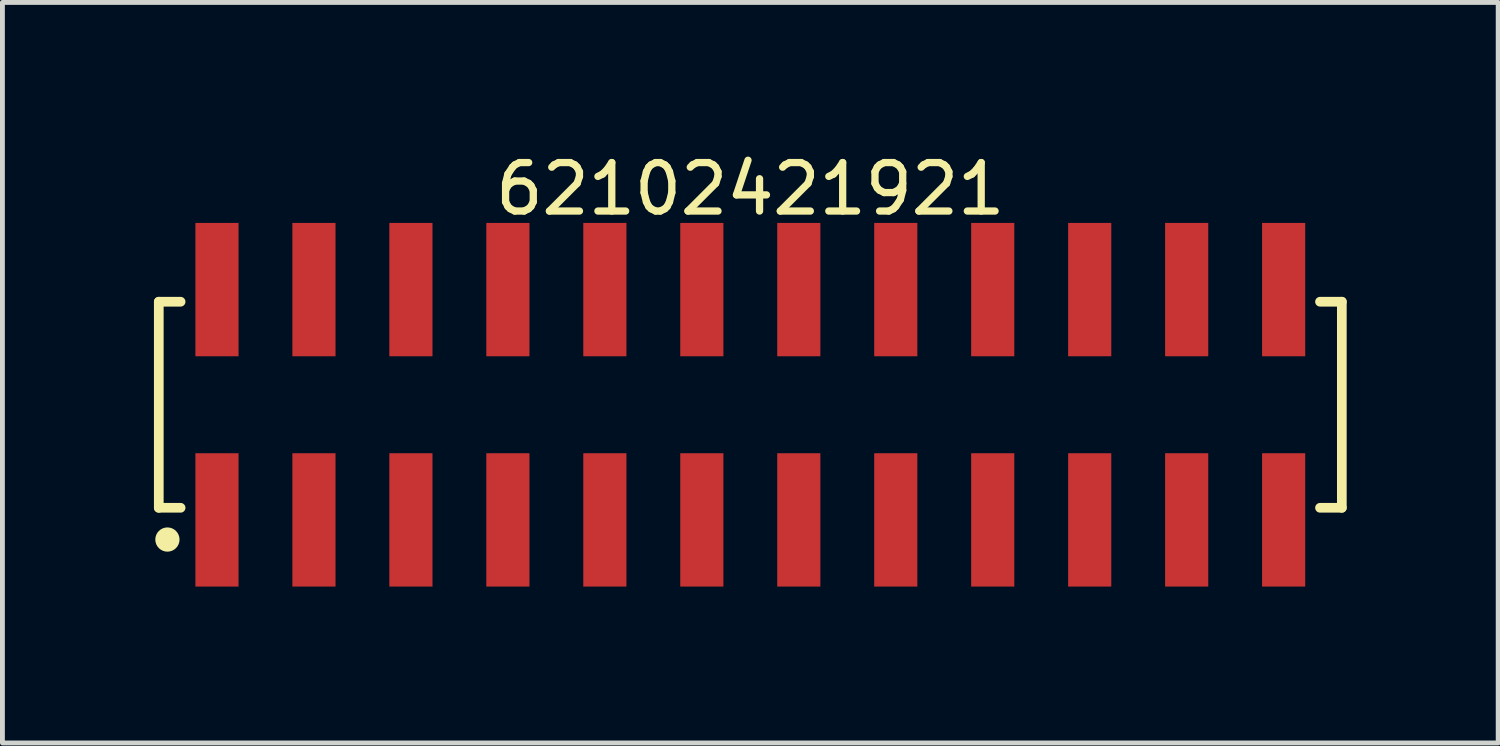
<source format=kicad_pcb>
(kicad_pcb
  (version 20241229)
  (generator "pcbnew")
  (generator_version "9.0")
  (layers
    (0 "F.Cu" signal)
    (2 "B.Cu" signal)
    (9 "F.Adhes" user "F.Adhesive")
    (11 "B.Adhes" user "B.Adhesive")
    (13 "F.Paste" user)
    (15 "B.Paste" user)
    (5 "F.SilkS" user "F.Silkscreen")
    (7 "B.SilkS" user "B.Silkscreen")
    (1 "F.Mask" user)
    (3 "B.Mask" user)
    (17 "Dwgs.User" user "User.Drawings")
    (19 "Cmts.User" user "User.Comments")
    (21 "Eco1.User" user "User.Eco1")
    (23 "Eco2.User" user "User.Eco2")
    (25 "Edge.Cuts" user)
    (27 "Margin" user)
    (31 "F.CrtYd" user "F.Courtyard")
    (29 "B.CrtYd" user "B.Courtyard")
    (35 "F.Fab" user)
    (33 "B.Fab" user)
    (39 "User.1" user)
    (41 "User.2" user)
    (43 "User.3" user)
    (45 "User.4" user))
  (footprint "62102421921"
    (layer "F.Cu")
    (at 12.425 5.298)
    (property "Reference" "62102421921" (at 0 -4.45 0) (layer "F.SilkS") (effects (font (size 1 1) (thickness 0.15))))
    (fp_line (start -12.2 -2.125) (end -11.75 -2.125) (stroke (width 0.2) (type solid)) (layer "F.SilkS"))
    (fp_line (start -12.2 2.125) (end -12.2 -2.125) (stroke (width 0.2) (type solid)) (layer "F.SilkS"))
    (fp_line (start -12.2 2.125) (end -11.75 2.125) (stroke (width 0.2) (type solid)) (layer "F.SilkS"))
    (fp_line (start 11.75 -2.125) (end 12.2 -2.125) (stroke (width 0.2) (type solid)) (layer "F.SilkS"))
    (fp_line (start 11.75 2.125) (end 12.2 2.125) (stroke (width 0.2) (type solid)) (layer "F.SilkS"))
    (fp_line (start 12.2 2.125) (end 12.2 -2.125) (stroke (width 0.2) (type solid)) (layer "F.SilkS"))
    (fp_circle (center -12.022 2.78) (end -12.022 2.655) (stroke (width 0.25) (type solid)) (fill no) (layer "F.SilkS"))
    (fp_line (start -12.4 -3.95) (end 12.4 -3.95) (stroke (width 0.05) (type solid)) (layer "Eco2.User"))
    (fp_line (start -12.4 3.95) (end -12.4 -3.95) (stroke (width 0.05) (type solid)) (layer "Eco2.User"))
    (fp_line (start -12.4 3.95) (end 12.4 3.95) (stroke (width 0.05) (type solid)) (layer "Eco2.User"))
    (fp_line (start -12 -2) (end 12 -2) (stroke (width 0.1) (type solid)) (layer "Eco2.User"))
    (fp_line (start -12 2) (end -12 -2) (stroke (width 0.1) (type solid)) (layer "Eco2.User"))
    (fp_line (start -12 2) (end 12 2) (stroke (width 0.1) (type solid)) (layer "Eco2.User"))
    (fp_line (start -11.25 -3.1) (end -10.75 -3.1) (stroke (width 0.1) (type solid)) (layer "Eco2.User"))
    (fp_line (start -11.25 -2) (end -11.25 -3.1) (stroke (width 0.1) (type solid)) (layer "Eco2.User"))
    (fp_line (start -11.25 3.1) (end -11.25 2) (stroke (width 0.1) (type solid)) (layer "Eco2.User"))
    (fp_line (start -11.25 3.1) (end -10.75 3.1) (stroke (width 0.1) (type solid)) (layer "Eco2.User"))
    (fp_line (start -10.75 -2) (end -10.75 -3.1) (stroke (width 0.1) (type solid)) (layer "Eco2.User"))
    (fp_line (start -10.75 3.1) (end -10.75 2) (stroke (width 0.1) (type solid)) (layer "Eco2.User"))
    (fp_line (start -9.25 -3.1) (end -8.75 -3.1) (stroke (width 0.1) (type solid)) (layer "Eco2.User"))
    (fp_line (start -9.25 -2) (end -9.25 -3.1) (stroke (width 0.1) (type solid)) (layer "Eco2.User"))
    (fp_line (start -9.25 3.1) (end -9.25 2) (stroke (width 0.1) (type solid)) (layer "Eco2.User"))
    (fp_line (start -9.25 3.1) (end -8.75 3.1) (stroke (width 0.1) (type solid)) (layer "Eco2.User"))
    (fp_line (start -8.75 -2) (end -8.75 -3.1) (stroke (width 0.1) (type solid)) (layer "Eco2.User"))
    (fp_line (start -8.75 3.1) (end -8.75 2) (stroke (width 0.1) (type solid)) (layer "Eco2.User"))
    (fp_line (start -7.25 -3.1) (end -6.75 -3.1) (stroke (width 0.1) (type solid)) (layer "Eco2.User"))
    (fp_line (start -7.25 -2) (end -7.25 -3.1) (stroke (width 0.1) (type solid)) (layer "Eco2.User"))
    (fp_line (start -7.25 3.1) (end -7.25 2) (stroke (width 0.1) (type solid)) (layer "Eco2.User"))
    (fp_line (start -7.25 3.1) (end -6.75 3.1) (stroke (width 0.1) (type solid)) (layer "Eco2.User"))
    (fp_line (start -6.75 -2) (end -6.75 -3.1) (stroke (width 0.1) (type solid)) (layer "Eco2.User"))
    (fp_line (start -6.75 3.1) (end -6.75 2) (stroke (width 0.1) (type solid)) (layer "Eco2.User"))
    (fp_line (start -5.25 -3.1) (end -4.75 -3.1) (stroke (width 0.1) (type solid)) (layer "Eco2.User"))
    (fp_line (start -5.25 -2) (end -5.25 -3.1) (stroke (width 0.1) (type solid)) (layer "Eco2.User"))
    (fp_line (start -5.25 3.1) (end -5.25 2) (stroke (width 0.1) (type solid)) (layer "Eco2.User"))
    (fp_line (start -5.25 3.1) (end -4.75 3.1) (stroke (width 0.1) (type solid)) (layer "Eco2.User"))
    (fp_line (start -4.75 -2) (end -4.75 -3.1) (stroke (width 0.1) (type solid)) (layer "Eco2.User"))
    (fp_line (start -4.75 3.1) (end -4.75 2) (stroke (width 0.1) (type solid)) (layer "Eco2.User"))
    (fp_line (start -3.25 -3.1) (end -2.75 -3.1) (stroke (width 0.1) (type solid)) (layer "Eco2.User"))
    (fp_line (start -3.25 -2) (end -3.25 -3.1) (stroke (width 0.1) (type solid)) (layer "Eco2.User"))
    (fp_line (start -3.25 3.1) (end -3.25 2) (stroke (width 0.1) (type solid)) (layer "Eco2.User"))
    (fp_line (start -3.25 3.1) (end -2.75 3.1) (stroke (width 0.1) (type solid)) (layer "Eco2.User"))
    (fp_line (start -2.75 -2) (end -2.75 -3.1) (stroke (width 0.1) (type solid)) (layer "Eco2.User"))
    (fp_line (start -2.75 3.1) (end -2.75 2) (stroke (width 0.1) (type solid)) (layer "Eco2.User"))
    (fp_line (start -1.25 -3.1) (end -0.75 -3.1) (stroke (width 0.1) (type solid)) (layer "Eco2.User"))
    (fp_line (start -1.25 -2) (end -1.25 -3.1) (stroke (width 0.1) (type solid)) (layer "Eco2.User"))
    (fp_line (start -1.25 3.1) (end -1.25 2) (stroke (width 0.1) (type solid)) (layer "Eco2.User"))
    (fp_line (start -1.25 3.1) (end -0.75 3.1) (stroke (width 0.1) (type solid)) (layer "Eco2.User"))
    (fp_line (start -0.75 -2) (end -0.75 -3.1) (stroke (width 0.1) (type solid)) (layer "Eco2.User"))
    (fp_line (start -0.75 3.1) (end -0.75 2) (stroke (width 0.1) (type solid)) (layer "Eco2.User"))
    (fp_line (start -0.5 0) (end 0.5 0) (stroke (width 0.05) (type solid)) (layer "Eco2.User"))
    (fp_line (start 0 0.5) (end 0 -0.5) (stroke (width 0.05) (type solid)) (layer "Eco2.User"))
    (fp_line (start 0.75 -3.1) (end 1.25 -3.1) (stroke (width 0.1) (type solid)) (layer "Eco2.User"))
    (fp_line (start 0.75 -2) (end 0.75 -3.1) (stroke (width 0.1) (type solid)) (layer "Eco2.User"))
    (fp_line (start 0.75 3.1) (end 0.75 2) (stroke (width 0.1) (type solid)) (layer "Eco2.User"))
    (fp_line (start 0.75 3.1) (end 1.25 3.1) (stroke (width 0.1) (type solid)) (layer "Eco2.User"))
    (fp_line (start 1.25 -2) (end 1.25 -3.1) (stroke (width 0.1) (type solid)) (layer "Eco2.User"))
    (fp_line (start 1.25 3.1) (end 1.25 2) (stroke (width 0.1) (type solid)) (layer "Eco2.User"))
    (fp_line (start 2.75 -3.1) (end 3.25 -3.1) (stroke (width 0.1) (type solid)) (layer "Eco2.User"))
    (fp_line (start 2.75 -2) (end 2.75 -3.1) (stroke (width 0.1) (type solid)) (layer "Eco2.User"))
    (fp_line (start 2.75 3.1) (end 2.75 2) (stroke (width 0.1) (type solid)) (layer "Eco2.User"))
    (fp_line (start 2.75 3.1) (end 3.25 3.1) (stroke (width 0.1) (type solid)) (layer "Eco2.User"))
    (fp_line (start 3.25 -2) (end 3.25 -3.1) (stroke (width 0.1) (type solid)) (layer "Eco2.User"))
    (fp_line (start 3.25 3.1) (end 3.25 2) (stroke (width 0.1) (type solid)) (layer "Eco2.User"))
    (fp_line (start 4.75 -3.1) (end 5.25 -3.1) (stroke (width 0.1) (type solid)) (layer "Eco2.User"))
    (fp_line (start 4.75 -2) (end 4.75 -3.1) (stroke (width 0.1) (type solid)) (layer "Eco2.User"))
    (fp_line (start 4.75 3.1) (end 4.75 2) (stroke (width 0.1) (type solid)) (layer "Eco2.User"))
    (fp_line (start 4.75 3.1) (end 5.25 3.1) (stroke (width 0.1) (type solid)) (layer "Eco2.User"))
    (fp_line (start 5.25 -2) (end 5.25 -3.1) (stroke (width 0.1) (type solid)) (layer "Eco2.User"))
    (fp_line (start 5.25 3.1) (end 5.25 2) (stroke (width 0.1) (type solid)) (layer "Eco2.User"))
    (fp_line (start 6.75 -3.1) (end 7.25 -3.1) (stroke (width 0.1) (type solid)) (layer "Eco2.User"))
    (fp_line (start 6.75 -2) (end 6.75 -3.1) (stroke (width 0.1) (type solid)) (layer "Eco2.User"))
    (fp_line (start 6.75 3.1) (end 6.75 2) (stroke (width 0.1) (type solid)) (layer "Eco2.User"))
    (fp_line (start 6.75 3.1) (end 7.25 3.1) (stroke (width 0.1) (type solid)) (layer "Eco2.User"))
    (fp_line (start 7.25 -2) (end 7.25 -3.1) (stroke (width 0.1) (type solid)) (layer "Eco2.User"))
    (fp_line (start 7.25 3.1) (end 7.25 2) (stroke (width 0.1) (type solid)) (layer "Eco2.User"))
    (fp_line (start 8.75 -3.1) (end 9.25 -3.1) (stroke (width 0.1) (type solid)) (layer "Eco2.User"))
    (fp_line (start 8.75 -2) (end 8.75 -3.1) (stroke (width 0.1) (type solid)) (layer "Eco2.User"))
    (fp_line (start 8.75 3.1) (end 8.75 2) (stroke (width 0.1) (type solid)) (layer "Eco2.User"))
    (fp_line (start 8.75 3.1) (end 9.25 3.1) (stroke (width 0.1) (type solid)) (layer "Eco2.User"))
    (fp_line (start 9.25 -2) (end 9.25 -3.1) (stroke (width 0.1) (type solid)) (layer "Eco2.User"))
    (fp_line (start 9.25 3.1) (end 9.25 2) (stroke (width 0.1) (type solid)) (layer "Eco2.User"))
    (fp_line (start 10.75 -3.1) (end 11.25 -3.1) (stroke (width 0.1) (type solid)) (layer "Eco2.User"))
    (fp_line (start 10.75 -2) (end 10.75 -3.1) (stroke (width 0.1) (type solid)) (layer "Eco2.User"))
    (fp_line (start 10.75 3.1) (end 10.75 2) (stroke (width 0.1) (type solid)) (layer "Eco2.User"))
    (fp_line (start 10.75 3.1) (end 11.25 3.1) (stroke (width 0.1) (type solid)) (layer "Eco2.User"))
    (fp_line (start 11.25 -2) (end 11.25 -3.1) (stroke (width 0.1) (type solid)) (layer "Eco2.User"))
    (fp_line (start 11.25 3.1) (end 11.25 2) (stroke (width 0.1) (type solid)) (layer "Eco2.User"))
    (fp_line (start 12 2) (end 12 -2) (stroke (width 0.1) (type solid)) (layer "Eco2.User"))
    (fp_line (start 12.4 3.95) (end 12.4 -3.95) (stroke (width 0.05) (type solid)) (layer "Eco2.User"))
    (fp_text user "${REFERENCE}" (at 0.15 -0.197 0) (unlocked yes) (layer "User.3") (effects (font (size 1.5 1.5) (thickness 0.15))))
    (pad "1" smd rect (at -11 2.375) (size 0.89 2.75) (layers "F.Cu" "F.Mask" "F.Paste"))
    (pad "2" smd rect (at -11 -2.375) (size 0.89 2.75) (layers "F.Cu" "F.Mask" "F.Paste"))
    (pad "3" smd rect (at -9 2.375) (size 0.89 2.75) (layers "F.Cu" "F.Mask" "F.Paste"))
    (pad "4" smd rect (at -9 -2.375) (size 0.89 2.75) (layers "F.Cu" "F.Mask" "F.Paste"))
    (pad "5" smd rect (at -7 2.375) (size 0.89 2.75) (layers "F.Cu" "F.Mask" "F.Paste"))
    (pad "6" smd rect (at -7 -2.375) (size 0.89 2.75) (layers "F.Cu" "F.Mask" "F.Paste"))
    (pad "7" smd rect (at -5 2.375) (size 0.89 2.75) (layers "F.Cu" "F.Mask" "F.Paste"))
    (pad "8" smd rect (at -5 -2.375) (size 0.89 2.75) (layers "F.Cu" "F.Mask" "F.Paste"))
    (pad "9" smd rect (at -3 2.375) (size 0.89 2.75) (layers "F.Cu" "F.Mask" "F.Paste"))
    (pad "10" smd rect (at -3 -2.375) (size 0.89 2.75) (layers "F.Cu" "F.Mask" "F.Paste"))
    (pad "11" smd rect (at -1 2.375) (size 0.89 2.75) (layers "F.Cu" "F.Mask" "F.Paste"))
    (pad "12" smd rect (at -1 -2.375) (size 0.89 2.75) (layers "F.Cu" "F.Mask" "F.Paste"))
    (pad "13" smd rect (at 1 2.375) (size 0.89 2.75) (layers "F.Cu" "F.Mask" "F.Paste"))
    (pad "14" smd rect (at 1 -2.375) (size 0.89 2.75) (layers "F.Cu" "F.Mask" "F.Paste"))
    (pad "15" smd rect (at 3 2.375) (size 0.89 2.75) (layers "F.Cu" "F.Mask" "F.Paste"))
    (pad "16" smd rect (at 3 -2.375) (size 0.89 2.75) (layers "F.Cu" "F.Mask" "F.Paste"))
    (pad "17" smd rect (at 5 2.375) (size 0.89 2.75) (layers "F.Cu" "F.Mask" "F.Paste"))
    (pad "18" smd rect (at 5 -2.375) (size 0.89 2.75) (layers "F.Cu" "F.Mask" "F.Paste"))
    (pad "19" smd rect (at 7 2.375) (size 0.89 2.75) (layers "F.Cu" "F.Mask" "F.Paste"))
    (pad "20" smd rect (at 7 -2.375) (size 0.89 2.75) (layers "F.Cu" "F.Mask" "F.Paste"))
    (pad "21" smd rect (at 9 2.375) (size 0.89 2.75) (layers "F.Cu" "F.Mask" "F.Paste"))
    (pad "22" smd rect (at 9 -2.375) (size 0.89 2.75) (layers "F.Cu" "F.Mask" "F.Paste"))
    (pad "23" smd rect (at 11 2.375) (size 0.89 2.75) (layers "F.Cu" "F.Mask" "F.Paste"))
    (pad "24" smd rect (at 11 -2.375) (size 0.89 2.75) (layers "F.Cu" "F.Mask" "F.Paste")))
  (gr_rect
    (start -3 -3)
    (end 27.85 12.273)
    (stroke (width 0.1) (type default))
    (fill no)
    (layer "Edge.Cuts")))
</source>
